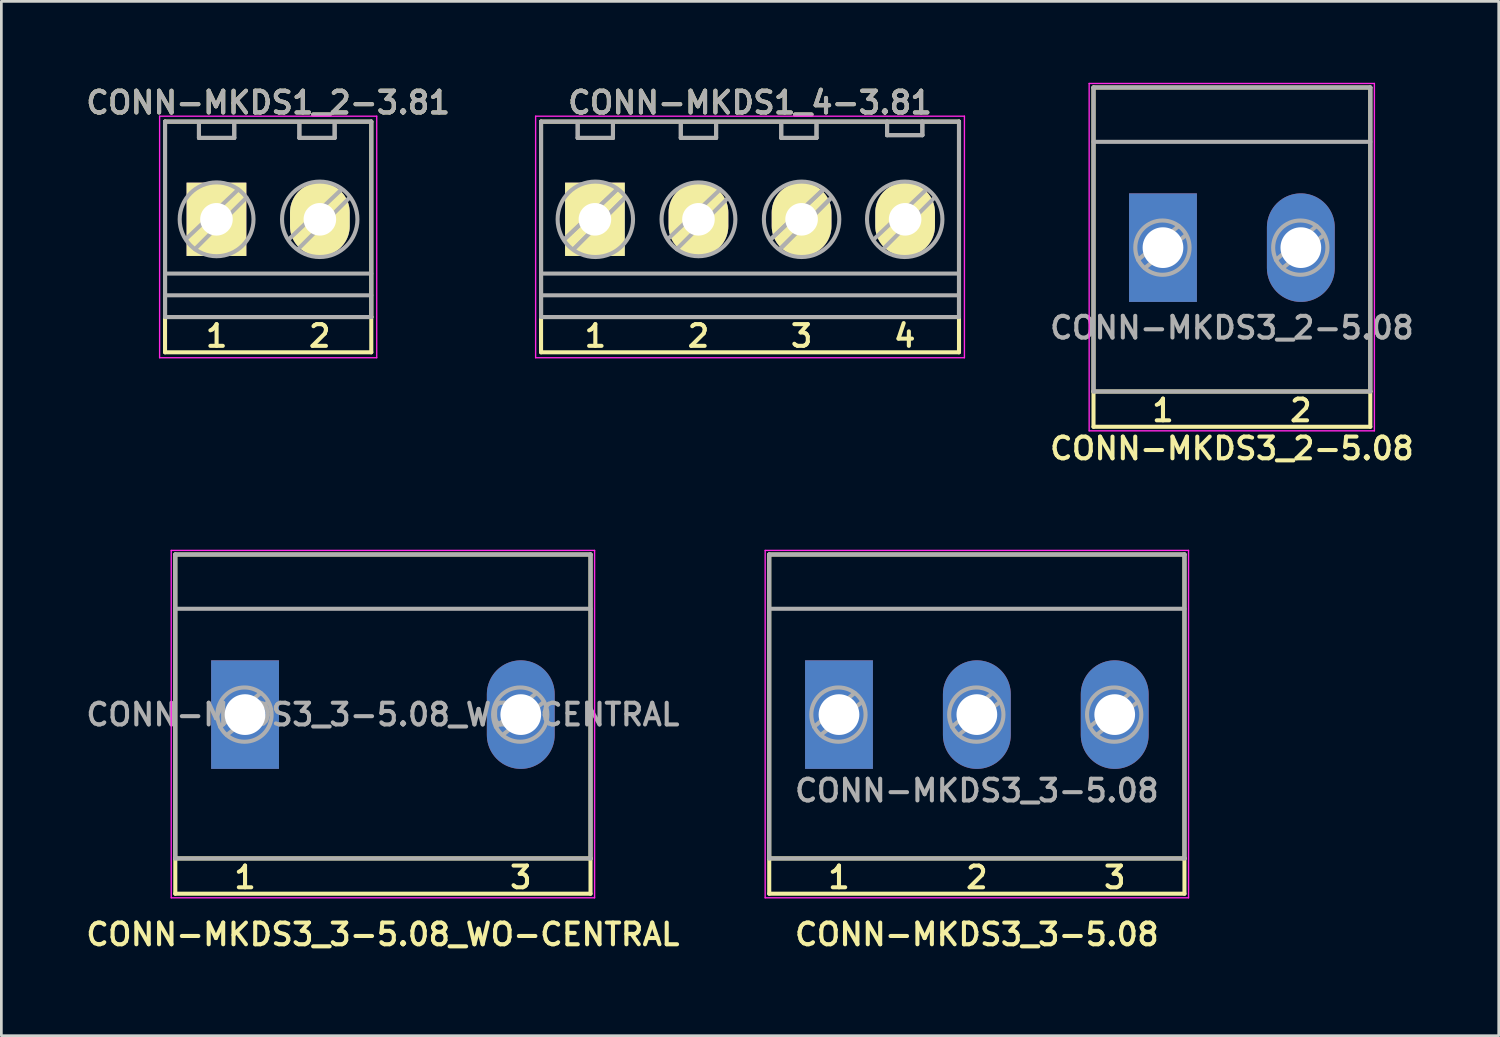
<source format=kicad_pcb>
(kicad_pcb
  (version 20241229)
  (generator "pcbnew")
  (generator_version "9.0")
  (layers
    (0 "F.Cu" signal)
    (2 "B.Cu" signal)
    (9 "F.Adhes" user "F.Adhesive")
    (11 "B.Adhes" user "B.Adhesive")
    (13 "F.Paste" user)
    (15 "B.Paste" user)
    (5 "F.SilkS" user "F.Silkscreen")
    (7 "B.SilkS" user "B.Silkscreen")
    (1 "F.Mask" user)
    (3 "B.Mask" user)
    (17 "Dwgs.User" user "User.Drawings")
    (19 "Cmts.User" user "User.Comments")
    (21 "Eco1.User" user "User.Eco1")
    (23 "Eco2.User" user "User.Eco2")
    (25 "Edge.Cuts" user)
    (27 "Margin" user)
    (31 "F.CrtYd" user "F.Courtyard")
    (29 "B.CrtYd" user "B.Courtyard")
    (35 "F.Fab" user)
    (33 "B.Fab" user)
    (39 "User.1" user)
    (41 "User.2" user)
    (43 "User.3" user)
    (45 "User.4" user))
  (footprint "CONN-MKDS3_3-5.08"
    (layer "F.Cu")
    (at 32.944 23.281)
    (property "Reference" "CONN-MKDS3_3-5.08" (at 0 8.1 0) (layer "F.SilkS") (effects (font (size 0.8 0.8) (thickness 0.15))))
    (attr through_hole)
    (fp_line (start -7.65 -5.9) (end -7.65 5.3) (stroke (width 0.15) (type solid)) (layer "F.SilkS"))
    (fp_line (start -7.65 5.3) (end -7.65 6.6) (stroke (width 0.15) (type solid)) (layer "F.SilkS"))
    (fp_line (start -7.65 5.3) (end 7.65 5.3) (stroke (width 0.15) (type solid)) (layer "F.SilkS"))
    (fp_line (start -7.65 6.6) (end 7.65 6.6) (stroke (width 0.15) (type solid)) (layer "F.SilkS"))
    (fp_line (start 7.65 -5.9) (end -7.65 -5.9) (stroke (width 0.15) (type solid)) (layer "F.SilkS"))
    (fp_line (start 7.65 5.3) (end 7.65 -5.9) (stroke (width 0.15) (type solid)) (layer "F.SilkS"))
    (fp_line (start 7.65 6.6) (end 7.65 5.3) (stroke (width 0.15) (type solid)) (layer "F.SilkS"))
    (fp_line (start -7.8 -6.05) (end 7.8 -6.05) (stroke (width 0.05) (type solid)) (layer "F.CrtYd"))
    (fp_line (start -7.8 6.75) (end -7.8 -6.05) (stroke (width 0.05) (type solid)) (layer "F.CrtYd"))
    (fp_line (start 7.8 -6.05) (end 7.8 6.75) (stroke (width 0.05) (type solid)) (layer "F.CrtYd"))
    (fp_line (start 7.8 6.75) (end -7.8 6.75) (stroke (width 0.05) (type solid)) (layer "F.CrtYd"))
    (fp_line (start -7.65 -5.9) (end 7.65 -5.9) (stroke (width 0.15) (type solid)) (layer "F.Fab"))
    (fp_line (start -7.65 -3.9) (end 7.65 -3.9) (stroke (width 0.15) (type solid)) (layer "F.Fab"))
    (fp_line (start -7.65 5.3) (end -7.65 -5.9) (stroke (width 0.15) (type solid)) (layer "F.Fab"))
    (fp_line (start -6 0.45) (end -4.5 -0.8) (stroke (width 0.15) (type solid)) (layer "F.Fab"))
    (fp_line (start -5.75 0.75) (end -4.25 -0.45) (stroke (width 0.15) (type solid)) (layer "F.Fab"))
    (fp_line (start -0.92 0.45) (end 0.58 -0.8) (stroke (width 0.15) (type solid)) (layer "F.Fab"))
    (fp_line (start -0.67 0.75) (end 0.83 -0.45) (stroke (width 0.15) (type solid)) (layer "F.Fab"))
    (fp_line (start 4.16 0.45) (end 5.66 -0.8) (stroke (width 0.15) (type solid)) (layer "F.Fab"))
    (fp_line (start 4.41 0.75) (end 5.91 -0.45) (stroke (width 0.15) (type solid)) (layer "F.Fab"))
    (fp_line (start 7.65 -5.9) (end 7.65 5.3) (stroke (width 0.15) (type solid)) (layer "F.Fab"))
    (fp_line (start 7.65 5.3) (end -7.65 5.3) (stroke (width 0.15) (type solid)) (layer "F.Fab"))
    (fp_circle (center -5.1 0) (end -4.1 0) (stroke (width 0.15) (type solid)) (fill no) (layer "F.Fab"))
    (fp_circle (center -0.02 0) (end 0.98 0) (stroke (width 0.15) (type solid)) (fill no) (layer "F.Fab"))
    (fp_circle (center 5.06 0) (end 6.06 0) (stroke (width 0.15) (type solid)) (fill no) (layer "F.Fab"))
    (fp_text user "1" (at -5.08 6 0) (layer "F.SilkS") (effects (font (size 0.8 0.8) (thickness 0.15))))
    (fp_text user "3" (at 5.08 6 0) (layer "F.SilkS") (effects (font (size 0.8 0.8) (thickness 0.15))))
    (fp_text user "2" (at 0 6 0) (layer "F.SilkS") (effects (font (size 0.8 0.8) (thickness 0.15))))
    (fp_text user "${REFERENCE}" (at 0 2.8 0) (layer "F.Fab") (effects (font (size 0.8 0.8) (thickness 0.15))))
    (pad "1" thru_hole rect (at -5.08 0) (size 2.5 4) (drill 1.5) (layers "*.Cu" "*.Mask"))
    (pad "2" thru_hole oval (at 0 0) (size 2.5 4) (drill 1.5) (layers "*.Cu" "*.Mask"))
    (pad "3" thru_hole oval (at 5.08 0) (size 2.5 4) (drill 1.5) (layers "*.Cu" "*.Mask")))
  (footprint "CONN-MKDS1_2-3.81"
    (layer "F.Cu")
    (at 6.831 5.031)
    (property "Reference" "CONN-MKDS1_2-3.81" (at 0 -4.3 0) (layer "F.SilkS") (effects (font (size 0.8 0.8) (thickness 0.15))))
    (attr through_hole)
    (fp_line (start -3.8 -3.6) (end 3.8 -3.6) (stroke (width 0.15) (type solid)) (layer "F.SilkS"))
    (fp_line (start -3.8 3.6) (end -3.8 -3.6) (stroke (width 0.15) (type solid)) (layer "F.SilkS"))
    (fp_line (start -3.8 3.6) (end -3.8 4.9) (stroke (width 0.15) (type solid)) (layer "F.SilkS"))
    (fp_line (start -3.8 4.9) (end 3.8 4.9) (stroke (width 0.15) (type solid)) (layer "F.SilkS"))
    (fp_line (start 3.8 -3.6) (end 3.8 3.6) (stroke (width 0.15) (type solid)) (layer "F.SilkS"))
    (fp_line (start 3.8 3.6) (end -3.8 3.6) (stroke (width 0.15) (type solid)) (layer "F.SilkS"))
    (fp_line (start 3.8 4.9) (end 3.8 3.6) (stroke (width 0.15) (type solid)) (layer "F.SilkS"))
    (fp_line (start -4 -3.8) (end 4 -3.8) (stroke (width 0.05) (type solid)) (layer "F.CrtYd"))
    (fp_line (start -4 5.1) (end -4 -3.8) (stroke (width 0.05) (type solid)) (layer "F.CrtYd"))
    (fp_line (start 4 -3.8) (end 4 5.1) (stroke (width 0.05) (type solid)) (layer "F.CrtYd"))
    (fp_line (start 4 5.1) (end -4 5.1) (stroke (width 0.05) (type solid)) (layer "F.CrtYd"))
    (fp_line (start -3.8 -3.6) (end -3.8 3.6) (stroke (width 0.15) (type solid)) (layer "F.Fab"))
    (fp_line (start -3.8 2) (end 3.8 2) (stroke (width 0.15) (type solid)) (layer "F.Fab"))
    (fp_line (start -3.8 2.8) (end 3.8 2.8) (stroke (width 0.15) (type solid)) (layer "F.Fab"))
    (fp_line (start -3.8 3.6) (end 3.8 3.6) (stroke (width 0.15) (type solid)) (layer "F.Fab"))
    (fp_line (start -3 0.7) (end -1.1 -1.1) (stroke (width 0.15) (type solid)) (layer "F.Fab"))
    (fp_line (start -2.7 1.1) (end -0.8 -0.8) (stroke (width 0.15) (type solid)) (layer "F.Fab"))
    (fp_line (start -2.55 -3.5) (end -2.55 -3) (stroke (width 0.15) (type solid)) (layer "F.Fab"))
    (fp_line (start -2.55 -3.5) (end -2.55 -3) (stroke (width 0.15) (type solid)) (layer "F.Fab"))
    (fp_line (start -2.55 -3) (end -1.25 -3) (stroke (width 0.15) (type solid)) (layer "F.Fab"))
    (fp_line (start -2.55 -3) (end -1.25 -3) (stroke (width 0.15) (type solid)) (layer "F.Fab"))
    (fp_line (start -1.25 -3) (end -1.25 -3.5) (stroke (width 0.15) (type solid)) (layer "F.Fab"))
    (fp_line (start -1.25 -3) (end -1.25 -3.5) (stroke (width 0.15) (type solid)) (layer "F.Fab"))
    (fp_line (start 0.8 0.7) (end 2.7 -1.1) (stroke (width 0.15) (type solid)) (layer "F.Fab"))
    (fp_line (start 1.1 1.1) (end 3 -0.8) (stroke (width 0.15) (type solid)) (layer "F.Fab"))
    (fp_line (start 1.15 -3.5) (end 1.15 -3) (stroke (width 0.15) (type solid)) (layer "F.Fab"))
    (fp_line (start 1.15 -3.5) (end 1.15 -3) (stroke (width 0.15) (type solid)) (layer "F.Fab"))
    (fp_line (start 1.15 -3) (end 2.45 -3) (stroke (width 0.15) (type solid)) (layer "F.Fab"))
    (fp_line (start 1.15 -3) (end 2.45 -3) (stroke (width 0.15) (type solid)) (layer "F.Fab"))
    (fp_line (start 2.45 -3) (end 2.45 -3.5) (stroke (width 0.15) (type solid)) (layer "F.Fab"))
    (fp_line (start 2.45 -3) (end 2.45 -3.5) (stroke (width 0.15) (type solid)) (layer "F.Fab"))
    (fp_line (start 3.8 -3.6) (end -3.8 -3.6) (stroke (width 0.15) (type solid)) (layer "F.Fab"))
    (fp_line (start 3.8 3.6) (end 3.8 -3.6) (stroke (width 0.15) (type solid)) (layer "F.Fab"))
    (fp_circle (center -1.9 0) (end -0.8 0.8) (stroke (width 0.15) (type solid)) (fill no) (layer "F.Fab"))
    (fp_circle (center 1.9 0) (end 2.6 1.2) (stroke (width 0.15) (type solid)) (fill no) (layer "F.Fab"))
    (fp_text user "1" (at -1.9 4.3 0) (layer "F.SilkS") (effects (font (size 0.8 0.8) (thickness 0.15))))
    (fp_text user "2" (at 1.9 4.3 0) (layer "F.SilkS") (effects (font (size 0.8 0.8) (thickness 0.15))))
    (fp_text user "${REFERENCE}" (at 0 -4.3 0) (layer "F.Fab") (effects (font (size 0.8 0.8) (thickness 0.15))))
    (pad "1" thru_hole rect (at -1.905 0) (size 2.2 2.7) (drill 1.2) (layers "*.Cu" "*.Mask" "F.SilkS"))
    (pad "2" thru_hole oval (at 1.905 0) (size 2.2 2.7) (drill 1.2) (layers "*.Cu" "*.Mask" "F.SilkS")))
  (footprint "CONN-MKDS1_4-3.81"
    (layer "F.Cu")
    (at 24.586 5.031)
    (property "Reference" "CONN-MKDS1_4-3.81" (at 0 -4.3 0) (layer "F.SilkS") (effects (font (size 0.8 0.8) (thickness 0.15))))
    (attr through_hole)
    (fp_line (start -7.7 -3.6) (end 7.7 -3.6) (stroke (width 0.15) (type solid)) (layer "F.SilkS"))
    (fp_line (start -7.7 3.6) (end -7.7 -3.6) (stroke (width 0.15) (type solid)) (layer "F.SilkS"))
    (fp_line (start -7.7 3.6) (end -7.7 4.9) (stroke (width 0.15) (type solid)) (layer "F.SilkS"))
    (fp_line (start -7.7 4.9) (end 7.7 4.9) (stroke (width 0.15) (type solid)) (layer "F.SilkS"))
    (fp_line (start 7.7 -3.6) (end 7.7 3.6) (stroke (width 0.15) (type solid)) (layer "F.SilkS"))
    (fp_line (start 7.7 3.6) (end -7.7 3.6) (stroke (width 0.15) (type solid)) (layer "F.SilkS"))
    (fp_line (start 7.7 4.9) (end 7.7 3.6) (stroke (width 0.15) (type solid)) (layer "F.SilkS"))
    (fp_line (start -7.9 -3.8) (end 7.9 -3.8) (stroke (width 0.05) (type solid)) (layer "F.CrtYd"))
    (fp_line (start -7.9 5.1) (end -7.9 -3.8) (stroke (width 0.05) (type solid)) (layer "F.CrtYd"))
    (fp_line (start 7.9 -3.8) (end 7.9 5.1) (stroke (width 0.05) (type solid)) (layer "F.CrtYd"))
    (fp_line (start 7.9 5.1) (end -7.9 5.1) (stroke (width 0.05) (type solid)) (layer "F.CrtYd"))
    (fp_line (start -7.7 -3.6) (end -7.7 3.6) (stroke (width 0.15) (type solid)) (layer "F.Fab"))
    (fp_line (start -7.7 2) (end 7.7 2) (stroke (width 0.15) (type solid)) (layer "F.Fab"))
    (fp_line (start -7.7 2.8) (end 7.7 2.8) (stroke (width 0.15) (type solid)) (layer "F.Fab"))
    (fp_line (start -7.7 3.6) (end 7.7 3.6) (stroke (width 0.15) (type solid)) (layer "F.Fab"))
    (fp_line (start -6.8 0.7) (end -4.9 -1.1) (stroke (width 0.15) (type solid)) (layer "F.Fab"))
    (fp_line (start -6.8 0.7) (end -4.9 -1.1) (stroke (width 0.15) (type solid)) (layer "F.Fab"))
    (fp_line (start -6.5 1.1) (end -4.6 -0.8) (stroke (width 0.15) (type solid)) (layer "F.Fab"))
    (fp_line (start -6.5 1.1) (end -4.6 -0.8) (stroke (width 0.15) (type solid)) (layer "F.Fab"))
    (fp_line (start -6.35 -3.5) (end -6.35 -3) (stroke (width 0.15) (type solid)) (layer "F.Fab"))
    (fp_line (start -6.35 -3.5) (end -6.35 -3) (stroke (width 0.15) (type solid)) (layer "F.Fab"))
    (fp_line (start -6.35 -3) (end -5.05 -3) (stroke (width 0.15) (type solid)) (layer "F.Fab"))
    (fp_line (start -6.35 -3) (end -5.05 -3) (stroke (width 0.15) (type solid)) (layer "F.Fab"))
    (fp_line (start -5.05 -3) (end -5.05 -3.5) (stroke (width 0.15) (type solid)) (layer "F.Fab"))
    (fp_line (start -5.05 -3) (end -5.05 -3.5) (stroke (width 0.15) (type solid)) (layer "F.Fab"))
    (fp_line (start -3 0.7) (end -1.1 -1.1) (stroke (width 0.15) (type solid)) (layer "F.Fab"))
    (fp_line (start -2.7 1.1) (end -0.8 -0.8) (stroke (width 0.15) (type solid)) (layer "F.Fab"))
    (fp_line (start -2.55 -3.5) (end -2.55 -3) (stroke (width 0.15) (type solid)) (layer "F.Fab"))
    (fp_line (start -2.55 -3.5) (end -2.55 -3) (stroke (width 0.15) (type solid)) (layer "F.Fab"))
    (fp_line (start -2.55 -3) (end -1.25 -3) (stroke (width 0.15) (type solid)) (layer "F.Fab"))
    (fp_line (start -2.55 -3) (end -1.25 -3) (stroke (width 0.15) (type solid)) (layer "F.Fab"))
    (fp_line (start -1.25 -3) (end -1.25 -3.5) (stroke (width 0.15) (type solid)) (layer "F.Fab"))
    (fp_line (start -1.25 -3) (end -1.25 -3.5) (stroke (width 0.15) (type solid)) (layer "F.Fab"))
    (fp_line (start 0.8 0.7) (end 2.7 -1.1) (stroke (width 0.15) (type solid)) (layer "F.Fab"))
    (fp_line (start 0.8 0.7) (end 2.7 -1.1) (stroke (width 0.15) (type solid)) (layer "F.Fab"))
    (fp_line (start 1.1 1.1) (end 3 -0.8) (stroke (width 0.15) (type solid)) (layer "F.Fab"))
    (fp_line (start 1.1 1.1) (end 3 -0.8) (stroke (width 0.15) (type solid)) (layer "F.Fab"))
    (fp_line (start 1.15 -3.5) (end 1.15 -3) (stroke (width 0.15) (type solid)) (layer "F.Fab"))
    (fp_line (start 1.15 -3.5) (end 1.15 -3) (stroke (width 0.15) (type solid)) (layer "F.Fab"))
    (fp_line (start 1.15 -3) (end 2.45 -3) (stroke (width 0.15) (type solid)) (layer "F.Fab"))
    (fp_line (start 1.15 -3) (end 2.45 -3) (stroke (width 0.15) (type solid)) (layer "F.Fab"))
    (fp_line (start 2.45 -3) (end 2.45 -3.5) (stroke (width 0.15) (type solid)) (layer "F.Fab"))
    (fp_line (start 2.45 -3) (end 2.45 -3.5) (stroke (width 0.15) (type solid)) (layer "F.Fab"))
    (fp_line (start 4.6 0.7) (end 6.5 -1.1) (stroke (width 0.15) (type solid)) (layer "F.Fab"))
    (fp_line (start 4.9 1.1) (end 6.8 -0.8) (stroke (width 0.15) (type solid)) (layer "F.Fab"))
    (fp_line (start 5.05 -3.6) (end 5.05 -3.1) (stroke (width 0.15) (type solid)) (layer "F.Fab"))
    (fp_line (start 5.05 -3.6) (end 5.05 -3.1) (stroke (width 0.15) (type solid)) (layer "F.Fab"))
    (fp_line (start 5.05 -3.1) (end 6.35 -3.1) (stroke (width 0.15) (type solid)) (layer "F.Fab"))
    (fp_line (start 5.05 -3.1) (end 6.35 -3.1) (stroke (width 0.15) (type solid)) (layer "F.Fab"))
    (fp_line (start 6.35 -3.1) (end 6.35 -3.6) (stroke (width 0.15) (type solid)) (layer "F.Fab"))
    (fp_line (start 6.35 -3.1) (end 6.35 -3.6) (stroke (width 0.15) (type solid)) (layer "F.Fab"))
    (fp_line (start 7.7 -3.6) (end -7.7 -3.6) (stroke (width 0.15) (type solid)) (layer "F.Fab"))
    (fp_line (start 7.7 3.6) (end 7.7 -3.6) (stroke (width 0.15) (type solid)) (layer "F.Fab"))
    (fp_circle (center -5.7 0) (end -5 1.2) (stroke (width 0.15) (type solid)) (fill no) (layer "F.Fab"))
    (fp_circle (center -1.9 0) (end -0.8 0.8) (stroke (width 0.15) (type solid)) (fill no) (layer "F.Fab"))
    (fp_circle (center 1.9 0) (end 2.6 1.2) (stroke (width 0.15) (type solid)) (fill no) (layer "F.Fab"))
    (fp_circle (center 5.7 0) (end 6.4 1.2) (stroke (width 0.15) (type solid)) (fill no) (layer "F.Fab"))
    (fp_text user "4" (at 5.7 4.3 0) (layer "F.SilkS") (effects (font (size 0.8 0.8) (thickness 0.15))))
    (fp_text user "1" (at -5.7 4.3 0) (layer "F.SilkS") (effects (font (size 0.8 0.8) (thickness 0.15))))
    (fp_text user "3" (at 1.9 4.3 0) (layer "F.SilkS") (effects (font (size 0.8 0.8) (thickness 0.15))))
    (fp_text user "2" (at -1.9 4.3 0) (layer "F.SilkS") (effects (font (size 0.8 0.8) (thickness 0.15))))
    (fp_text user "${REFERENCE}" (at 0 -4.3 0) (layer "F.Fab") (effects (font (size 0.8 0.8) (thickness 0.15))))
    (pad "1" thru_hole rect (at -5.715 0) (size 2.2 2.7) (drill 1.2) (layers "*.Cu" "*.Mask" "F.SilkS"))
    (pad "2" thru_hole oval (at -1.9 0) (size 2.2 2.7) (drill 1.2) (layers "*.Cu" "*.Mask" "F.SilkS"))
    (pad "3" thru_hole oval (at 1.9 0) (size 2.2 2.7) (drill 1.2) (layers "*.Cu" "*.Mask" "F.SilkS"))
    (pad "4" thru_hole oval (at 5.715 0) (size 2.2 2.7) (drill 1.2) (layers "*.Cu" "*.Mask" "F.SilkS")))
  (footprint "CONN-MKDS3_3-5.08_WO-CENTRAL"
    (layer "F.Cu")
    (at 11.059 23.281)
    (property "Reference" "CONN-MKDS3_3-5.08_WO-CENTRAL" (at 0 8.1 0) (layer "F.SilkS") (effects (font (size 0.8 0.8) (thickness 0.15))))
    (attr through_hole)
    (fp_line (start -7.65 -5.9) (end -7.65 5.3) (stroke (width 0.15) (type solid)) (layer "F.SilkS"))
    (fp_line (start -7.65 5.3) (end -7.65 6.6) (stroke (width 0.15) (type solid)) (layer "F.SilkS"))
    (fp_line (start -7.65 5.3) (end 7.65 5.3) (stroke (width 0.15) (type solid)) (layer "F.SilkS"))
    (fp_line (start -7.65 6.6) (end 7.65 6.6) (stroke (width 0.15) (type solid)) (layer "F.SilkS"))
    (fp_line (start 7.65 -5.9) (end -7.65 -5.9) (stroke (width 0.15) (type solid)) (layer "F.SilkS"))
    (fp_line (start 7.65 5.3) (end 7.65 -5.9) (stroke (width 0.15) (type solid)) (layer "F.SilkS"))
    (fp_line (start 7.65 6.6) (end 7.65 5.3) (stroke (width 0.15) (type solid)) (layer "F.SilkS"))
    (fp_line (start -7.8 -6.05) (end 7.8 -6.05) (stroke (width 0.05) (type solid)) (layer "F.CrtYd"))
    (fp_line (start -7.8 6.75) (end -7.8 -6.05) (stroke (width 0.05) (type solid)) (layer "F.CrtYd"))
    (fp_line (start 7.8 -6.05) (end 7.8 6.75) (stroke (width 0.05) (type solid)) (layer "F.CrtYd"))
    (fp_line (start 7.8 6.75) (end -7.8 6.75) (stroke (width 0.05) (type solid)) (layer "F.CrtYd"))
    (fp_line (start -7.65 -5.9) (end 7.65 -5.9) (stroke (width 0.15) (type solid)) (layer "F.Fab"))
    (fp_line (start -7.65 -3.9) (end 7.65 -3.9) (stroke (width 0.15) (type solid)) (layer "F.Fab"))
    (fp_line (start -7.65 5.3) (end -7.65 -5.9) (stroke (width 0.15) (type solid)) (layer "F.Fab"))
    (fp_line (start -6 0.45) (end -4.5 -0.8) (stroke (width 0.15) (type solid)) (layer "F.Fab"))
    (fp_line (start -5.75 0.75) (end -4.25 -0.45) (stroke (width 0.15) (type solid)) (layer "F.Fab"))
    (fp_line (start 4.16 0.45) (end 5.66 -0.8) (stroke (width 0.15) (type solid)) (layer "F.Fab"))
    (fp_line (start 4.41 0.75) (end 5.91 -0.45) (stroke (width 0.15) (type solid)) (layer "F.Fab"))
    (fp_line (start 7.65 -5.9) (end 7.65 5.3) (stroke (width 0.15) (type solid)) (layer "F.Fab"))
    (fp_line (start 7.65 5.3) (end -7.65 5.3) (stroke (width 0.15) (type solid)) (layer "F.Fab"))
    (fp_circle (center -5.1 0) (end -4.1 0) (stroke (width 0.15) (type solid)) (fill no) (layer "F.Fab"))
    (fp_circle (center 5.06 0) (end 6.06 0) (stroke (width 0.15) (type solid)) (fill no) (layer "F.Fab"))
    (fp_text user "3" (at 5.08 6 0) (layer "F.SilkS") (effects (font (size 0.8 0.8) (thickness 0.15))))
    (fp_text user "1" (at -5.08 6 0) (layer "F.SilkS") (effects (font (size 0.8 0.8) (thickness 0.15))))
    (fp_text user "${REFERENCE}" (at 0 0 0) (layer "F.Fab") (effects (font (size 0.8 0.8) (thickness 0.15))))
    (pad "1" thru_hole rect (at -5.08 0) (size 2.5 4) (drill 1.5) (layers "*.Cu" "*.Mask"))
    (pad "3" thru_hole oval (at 5.08 0) (size 2.5 4) (drill 1.5) (layers "*.Cu" "*.Mask")))
  (footprint "CONN-MKDS3_2-5.08"
    (layer "F.Cu")
    (at 42.342 6.075)
    (property "Reference" "CONN-MKDS3_2-5.08" (at 0 7.4 0) (layer "F.SilkS") (effects (font (size 0.8 0.8) (thickness 0.15))))
    (attr through_hole)
    (fp_line (start -5.1 -5.9) (end -5.1 5.3) (stroke (width 0.15) (type solid)) (layer "F.SilkS"))
    (fp_line (start -5.1 5.3) (end -5.1 6.6) (stroke (width 0.15) (type solid)) (layer "F.SilkS"))
    (fp_line (start -5.1 5.3) (end 5.1 5.3) (stroke (width 0.15) (type solid)) (layer "F.SilkS"))
    (fp_line (start -5.1 6.6) (end 5.1 6.6) (stroke (width 0.15) (type solid)) (layer "F.SilkS"))
    (fp_line (start 5.1 -5.9) (end -5.1 -5.9) (stroke (width 0.15) (type solid)) (layer "F.SilkS"))
    (fp_line (start 5.1 5.3) (end 5.1 -5.9) (stroke (width 0.15) (type solid)) (layer "F.SilkS"))
    (fp_line (start 5.1 6.6) (end 5.1 5.3) (stroke (width 0.15) (type solid)) (layer "F.SilkS"))
    (fp_line (start -5.26 -6.05) (end 5.25 -6.05) (stroke (width 0.05) (type solid)) (layer "F.CrtYd"))
    (fp_line (start -5.26 6.75) (end -5.26 -6.05) (stroke (width 0.05) (type solid)) (layer "F.CrtYd"))
    (fp_line (start 5.25 -6.05) (end 5.25 6.75) (stroke (width 0.05) (type solid)) (layer "F.CrtYd"))
    (fp_line (start 5.25 6.75) (end -5.26 6.75) (stroke (width 0.05) (type solid)) (layer "F.CrtYd"))
    (fp_line (start -5.1 -5.9) (end 5.1 -5.9) (stroke (width 0.15) (type solid)) (layer "F.Fab"))
    (fp_line (start -5.1 -3.9) (end 5.1 -3.9) (stroke (width 0.15) (type solid)) (layer "F.Fab"))
    (fp_line (start -5.1 5.3) (end -5.1 -5.9) (stroke (width 0.15) (type solid)) (layer "F.Fab"))
    (fp_line (start -3.46 0.45) (end -1.96 -0.8) (stroke (width 0.15) (type solid)) (layer "F.Fab"))
    (fp_line (start -3.21 0.75) (end -1.71 -0.45) (stroke (width 0.15) (type solid)) (layer "F.Fab"))
    (fp_line (start 1.62 0.45) (end 3.12 -0.8) (stroke (width 0.15) (type solid)) (layer "F.Fab"))
    (fp_line (start 1.87 0.75) (end 3.37 -0.45) (stroke (width 0.15) (type solid)) (layer "F.Fab"))
    (fp_line (start 5.1 -5.9) (end 5.1 5.3) (stroke (width 0.15) (type solid)) (layer "F.Fab"))
    (fp_line (start 5.1 5.3) (end -5.1 5.3) (stroke (width 0.15) (type solid)) (layer "F.Fab"))
    (fp_circle (center -2.56 0) (end -1.56 0) (stroke (width 0.15) (type solid)) (fill no) (layer "F.Fab"))
    (fp_circle (center 2.52 0) (end 3.52 0) (stroke (width 0.15) (type solid)) (fill no) (layer "F.Fab"))
    (fp_text user "1" (at -2.54 6 0) (layer "F.SilkS") (effects (font (size 0.8 0.8) (thickness 0.15))))
    (fp_text user "2" (at 2.54 6 0) (layer "F.SilkS") (effects (font (size 0.8 0.8) (thickness 0.15))))
    (fp_text user "${REFERENCE}" (at 0 2.95 0) (layer "F.Fab") (effects (font (size 0.8 0.8) (thickness 0.15))))
    (pad "1" thru_hole rect (at -2.54 0) (size 2.5 4) (drill 1.5) (layers "*.Cu" "*.Mask"))
    (pad "2" thru_hole oval (at 2.54 0) (size 2.5 4) (drill 1.5) (layers "*.Cu" "*.Mask")))
  (gr_rect
    (start -3 -3)
    (end 52.173 35.112)
    (stroke (width 0.1) (type default))
    (fill no)
    (layer "Edge.Cuts")))
</source>
